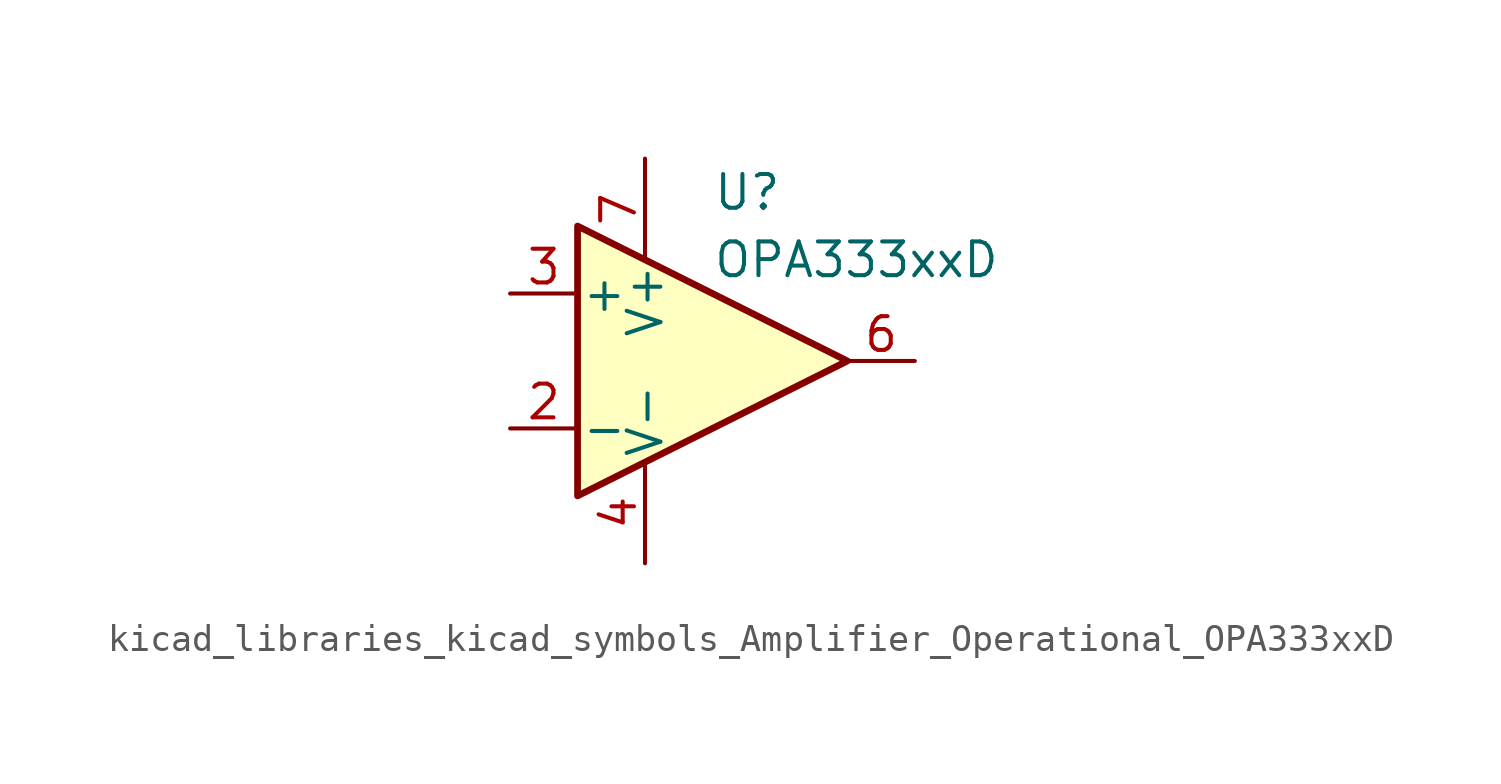
<source format=kicad_sym>
(kicad_symbol_lib
  (version 20220914)
  (generator kicad_symbol_editor)
  (symbol "kicad_libraries_kicad_symbols_Amplifier_Operational_OPA333xxD"
    (pin_names
      (offset 0.127))
    (property "Reference" "U"
      (at 0 6.35 0)
      (effects (font (size 1.27 1.27)) (justify left)))
    (property "Value" "OPA333xxD"
      (at 0 3.81 0)
      (effects (font (size 1.27 1.27)) (justify left)))
    (symbol "kicad_libraries_kicad_symbols_Amplifier_Operational_OPA333xxD_0_1"
      (polyline (pts (xy -5.08 5.08) (xy 5.08 0) (xy -5.08 -5.08) (xy -5.08 5.08)) (stroke (width 0.254) (type default)) (fill (type background))))
    (symbol "kicad_libraries_kicad_symbols_Amplifier_Operational_OPA333xxD_1_1"
      (pin no_connect line (at -2.54 2.54 270) (length 2.54) hide (name "NC" (effects (font (size 1.27 1.27)))) (number "1" (effects (font (size 1.27 1.27)))))
      (pin input line (at -7.62 -2.54 0) (length 2.54) (name "-" (effects (font (size 1.27 1.27)))) (number "2" (effects (font (size 1.27 1.27)))))
      (pin input line (at -7.62 2.54 0) (length 2.54) (name "+" (effects (font (size 1.27 1.27)))) (number "3" (effects (font (size 1.27 1.27)))))
      (pin power_in line (at -2.54 -7.62 90) (length 3.81) (name "V-" (effects (font (size 1.27 1.27)))) (number "4" (effects (font (size 1.27 1.27)))))
      (pin no_connect line (at 0 2.54 270) (length 2.54) hide (name "NC" (effects (font (size 1.27 1.27)))) (number "5" (effects (font (size 1.27 1.27)))))
      (pin output line (at 7.62 0 180) (length 2.54) (name "~" (effects (font (size 1.27 1.27)))) (number "6" (effects (font (size 1.27 1.27)))))
      (pin power_in line (at -2.54 7.62 270) (length 3.81) (name "V+" (effects (font (size 1.27 1.27)))) (number "7" (effects (font (size 1.27 1.27)))))
      (pin no_connect line (at 0 -2.54 90) (length 2.54) hide (name "NC" (effects (font (size 1.27 1.27)))) (number "8" (effects (font (size 1.27 1.27))))))))
</source>
